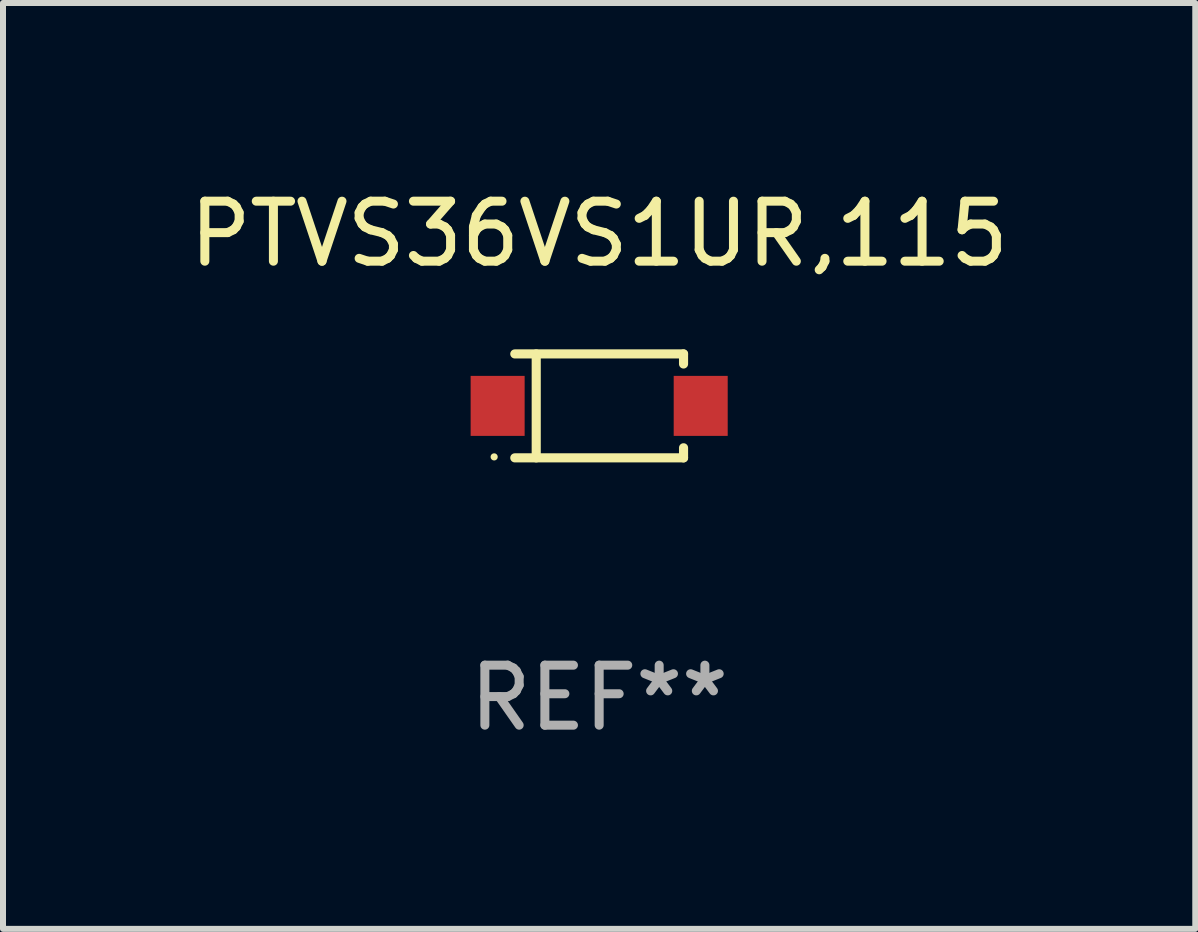
<source format=kicad_pcb>
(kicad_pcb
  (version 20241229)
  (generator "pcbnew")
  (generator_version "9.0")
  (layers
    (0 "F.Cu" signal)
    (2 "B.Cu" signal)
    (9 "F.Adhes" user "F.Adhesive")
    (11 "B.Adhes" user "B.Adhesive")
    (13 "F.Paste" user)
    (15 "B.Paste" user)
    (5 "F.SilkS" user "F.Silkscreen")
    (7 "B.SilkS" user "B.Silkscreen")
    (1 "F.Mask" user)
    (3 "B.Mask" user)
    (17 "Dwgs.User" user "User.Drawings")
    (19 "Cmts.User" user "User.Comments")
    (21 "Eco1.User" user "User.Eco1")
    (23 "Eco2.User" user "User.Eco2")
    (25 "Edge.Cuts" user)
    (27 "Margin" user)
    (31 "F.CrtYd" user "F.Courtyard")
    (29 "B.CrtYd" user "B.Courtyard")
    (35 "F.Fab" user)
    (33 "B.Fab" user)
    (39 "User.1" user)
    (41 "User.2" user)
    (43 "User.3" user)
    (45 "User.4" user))
  (footprint "PTVS36VS1UR,115"
    (layer "F.Cu")
    (at 6.935 3.714)
    (property "Reference" "PTVS36VS1UR,115" (at 0 -2.866 0) (layer "F.SilkS") (effects (font (size 1 1) (thickness 0.15))))
    (attr through_hole)
    (fp_line (start -1.406 -0.866) (end 1.406 -0.866) (stroke (width 0.152) (type solid)) (layer "F.SilkS"))
    (fp_line (start -1.406 0.866) (end 1.406 0.866) (stroke (width 0.152) (type solid)) (layer "F.SilkS"))
    (fp_line (start -1.049 -0.866) (end -1.049 0.866) (stroke (width 0.152) (type solid)) (layer "F.SilkS"))
    (fp_line (start 1.406 -0.866) (end 1.406 -0.698) (stroke (width 0.152) (type solid)) (layer "F.SilkS"))
    (fp_line (start 1.406 0.866) (end 1.406 0.698) (stroke (width 0.152) (type solid)) (layer "F.SilkS"))
    (fp_circle (center -1.75 0.85) (end -1.72 0.85) (stroke (width 0.06) (type solid)) (fill no) (layer "F.SilkS"))
    (fp_text user "REF**" (at 0 4.866 0) (layer "F.Fab") (effects (font (size 1 1) (thickness 0.15))))
    (pad "1" smd rect (at -1.692 0) (size 0.9 1) (layers "F.Cu" "F.Mask" "F.Paste"))
    (pad "2" smd rect (at 1.692 0) (size 0.9 1) (layers "F.Cu" "F.Mask" "F.Paste")))
  (gr_rect
    (start -3 -3)
    (end 16.869 12.429)
    (stroke (width 0.1) (type default))
    (fill no)
    (layer "Edge.Cuts")))
</source>
